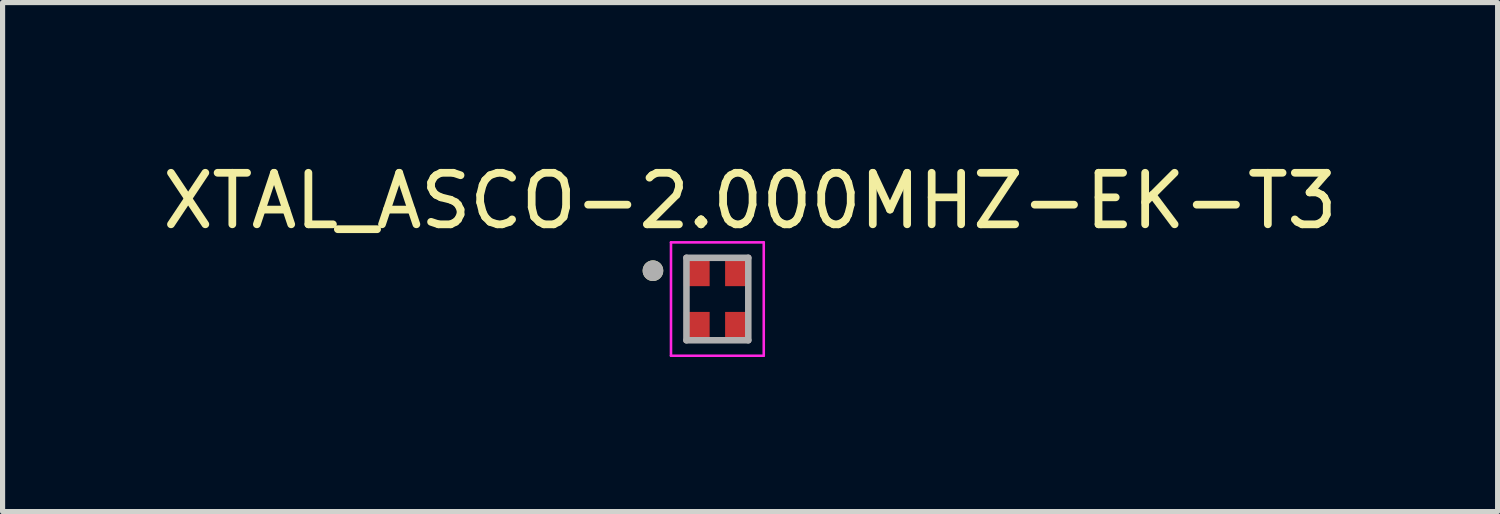
<source format=kicad_pcb>
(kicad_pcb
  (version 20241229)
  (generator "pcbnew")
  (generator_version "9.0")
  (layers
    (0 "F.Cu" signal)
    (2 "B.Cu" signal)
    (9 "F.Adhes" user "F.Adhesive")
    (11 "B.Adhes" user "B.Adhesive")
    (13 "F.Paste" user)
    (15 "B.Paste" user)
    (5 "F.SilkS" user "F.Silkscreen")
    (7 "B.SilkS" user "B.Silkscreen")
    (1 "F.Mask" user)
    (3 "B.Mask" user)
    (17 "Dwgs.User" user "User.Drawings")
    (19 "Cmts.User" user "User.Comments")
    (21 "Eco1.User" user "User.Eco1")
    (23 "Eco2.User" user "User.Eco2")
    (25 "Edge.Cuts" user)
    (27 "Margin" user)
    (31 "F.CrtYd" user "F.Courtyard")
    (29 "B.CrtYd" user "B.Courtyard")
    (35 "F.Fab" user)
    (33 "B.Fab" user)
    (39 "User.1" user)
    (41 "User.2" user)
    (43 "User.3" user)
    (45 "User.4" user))
  (footprint "XTAL_ASCO-2.000MHZ-EK-T3"
    (layer "F.Cu")
    (at 10.871 2.753)
    (property "Reference" "XTAL_ASCO-2.000MHZ-EK-T3" (at 0.635 -1.905 0) (layer "F.SilkS") (effects (font (size 1 1) (thickness 0.15))))
    (attr smd)
    (fp_circle (center -1.25 -0.55) (end -1.15 -0.55) (stroke (width 0.2) (type solid)) (fill no) (layer "F.SilkS"))
    (fp_line (start -0.9 -1.1) (end 0.9 -1.1) (stroke (width 0.05) (type solid)) (layer "F.CrtYd"))
    (fp_line (start -0.9 1.1) (end -0.9 -1.1) (stroke (width 0.05) (type solid)) (layer "F.CrtYd"))
    (fp_line (start 0.9 -1.1) (end 0.9 1.1) (stroke (width 0.05) (type solid)) (layer "F.CrtYd"))
    (fp_line (start 0.9 1.1) (end -0.9 1.1) (stroke (width 0.05) (type solid)) (layer "F.CrtYd"))
    (fp_line (start -0.6 -0.8) (end 0.6 -0.8) (stroke (width 0.127) (type solid)) (layer "F.Fab"))
    (fp_line (start -0.6 0.8) (end -0.6 -0.8) (stroke (width 0.127) (type solid)) (layer "F.Fab"))
    (fp_line (start 0.6 -0.8) (end 0.6 0.8) (stroke (width 0.127) (type solid)) (layer "F.Fab"))
    (fp_line (start 0.6 0.8) (end -0.6 0.8) (stroke (width 0.127) (type solid)) (layer "F.Fab"))
    (fp_circle (center -1.25 -0.55) (end -1.15 -0.55) (stroke (width 0.2) (type solid)) (fill no) (layer "F.Fab"))
    (pad "1" smd rect (at -0.4 -0.55) (size 0.5 0.6) (layers "F.Cu" "F.Mask" "F.Paste"))
    (pad "2" smd rect (at -0.4 0.55) (size 0.5 0.6) (layers "F.Cu" "F.Mask" "F.Paste"))
    (pad "3" smd rect (at 0.4 0.55) (size 0.5 0.6) (layers "F.Cu" "F.Mask" "F.Paste"))
    (pad "4" smd rect (at 0.4 -0.55) (size 0.5 0.6) (layers "F.Cu" "F.Mask" "F.Paste")))
  (gr_rect
    (start -3 -3)
    (end 26.012 6.878)
    (stroke (width 0.1) (type default))
    (fill no)
    (layer "Edge.Cuts")))
</source>
